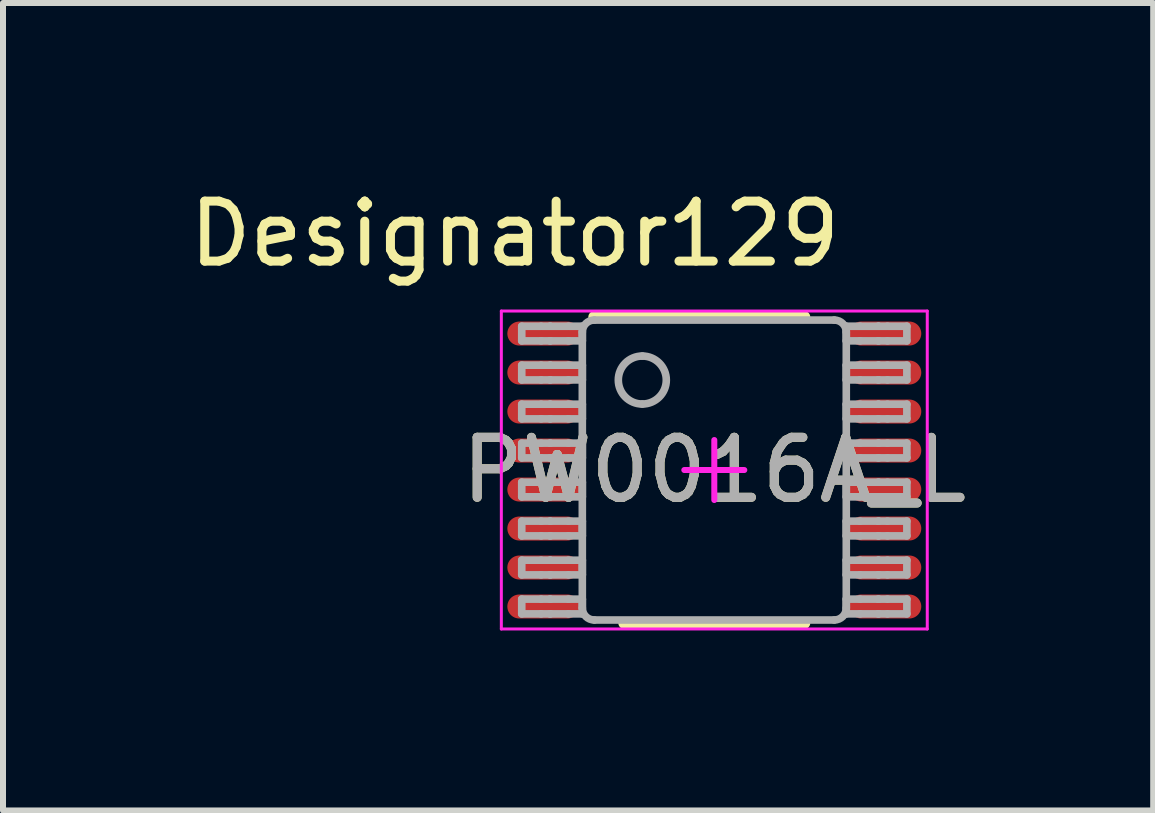
<source format=kicad_pcb>
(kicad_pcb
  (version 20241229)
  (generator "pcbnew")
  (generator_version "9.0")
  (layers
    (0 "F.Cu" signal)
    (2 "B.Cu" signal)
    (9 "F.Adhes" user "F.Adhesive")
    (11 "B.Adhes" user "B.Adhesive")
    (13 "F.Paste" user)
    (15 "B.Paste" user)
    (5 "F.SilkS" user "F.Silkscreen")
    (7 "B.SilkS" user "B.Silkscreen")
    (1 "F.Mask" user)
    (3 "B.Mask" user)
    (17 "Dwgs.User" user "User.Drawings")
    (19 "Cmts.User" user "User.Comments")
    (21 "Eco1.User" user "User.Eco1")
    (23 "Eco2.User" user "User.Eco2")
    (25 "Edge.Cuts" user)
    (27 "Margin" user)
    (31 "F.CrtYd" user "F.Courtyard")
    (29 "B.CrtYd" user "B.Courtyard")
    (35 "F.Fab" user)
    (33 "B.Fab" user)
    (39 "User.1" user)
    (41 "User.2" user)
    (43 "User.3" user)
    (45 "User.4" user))
  (footprint "PW0016A_L"
    (layer "F.Cu")
    (at 8.857 4.785)
    (property "Reference" "PW0016A_L" (at 0 0 0) (unlocked yes) (layer "F.SilkS") (effects (font (size 1 1) (thickness 0.15))))
    (attr smd)
    (fp_line (start -2 -2.55) (end 1.5 -2.55) (stroke (width 0.2) (type solid)) (layer "F.SilkS"))
    (fp_line (start -1.5 2.55) (end 1.5 2.55) (stroke (width 0.2) (type solid)) (layer "F.SilkS"))
    (fp_line (start -3.55 -2.65) (end 3.55 -2.65) (stroke (width 0.05) (type solid)) (layer "F.CrtYd"))
    (fp_line (start -3.55 2.65) (end -3.55 -2.65) (stroke (width 0.05) (type solid)) (layer "F.CrtYd"))
    (fp_line (start -3.55 2.65) (end 3.55 2.65) (stroke (width 0.05) (type solid)) (layer "F.CrtYd"))
    (fp_line (start -0.5 0) (end 0.5 0) (stroke (width 0.1) (type solid)) (layer "F.CrtYd"))
    (fp_line (start -0.000003 0.5) (end -0.000003 -0.5) (stroke (width 0.1) (type solid)) (layer "F.CrtYd"))
    (fp_line (start 3.55 2.65) (end 3.55 -2.65) (stroke (width 0.05) (type solid)) (layer "F.CrtYd"))
    (fp_line (start -3.21 -2.397) (end -2.887 -2.397) (stroke (width 0.127) (type solid)) (layer "F.Fab"))
    (fp_line (start -3.21 -2.153) (end -3.21 -2.397) (stroke (width 0.127) (type solid)) (layer "F.Fab"))
    (fp_line (start -3.21 -2.153) (end -2.887 -2.153) (stroke (width 0.127) (type solid)) (layer "F.Fab"))
    (fp_line (start -3.21 -1.748) (end -2.887 -1.748) (stroke (width 0.127) (type solid)) (layer "F.Fab"))
    (fp_line (start -3.21 -1.502) (end -3.21 -1.748) (stroke (width 0.127) (type solid)) (layer "F.Fab"))
    (fp_line (start -3.21 -1.502) (end -2.887 -1.502) (stroke (width 0.127) (type solid)) (layer "F.Fab"))
    (fp_line (start -3.21 -1.097) (end -2.887 -1.097) (stroke (width 0.127) (type solid)) (layer "F.Fab"))
    (fp_line (start -3.21 -0.853) (end -3.21 -1.097) (stroke (width 0.127) (type solid)) (layer "F.Fab"))
    (fp_line (start -3.21 -0.853) (end -2.887 -0.853) (stroke (width 0.127) (type solid)) (layer "F.Fab"))
    (fp_line (start -3.21 -0.448) (end -2.887 -0.448) (stroke (width 0.127) (type solid)) (layer "F.Fab"))
    (fp_line (start -3.21 -0.202) (end -3.21 -0.448) (stroke (width 0.127) (type solid)) (layer "F.Fab"))
    (fp_line (start -3.21 -0.202) (end -2.887 -0.202) (stroke (width 0.127) (type solid)) (layer "F.Fab"))
    (fp_line (start -3.21 0.203) (end -2.887 0.203) (stroke (width 0.127) (type solid)) (layer "F.Fab"))
    (fp_line (start -3.21 0.447) (end -3.21 0.203) (stroke (width 0.127) (type solid)) (layer "F.Fab"))
    (fp_line (start -3.21 0.447) (end -2.887 0.447) (stroke (width 0.127) (type solid)) (layer "F.Fab"))
    (fp_line (start -3.21 0.852) (end -2.887 0.852) (stroke (width 0.127) (type solid)) (layer "F.Fab"))
    (fp_line (start -3.21 1.098) (end -3.21 0.852) (stroke (width 0.127) (type solid)) (layer "F.Fab"))
    (fp_line (start -3.21 1.098) (end -2.887 1.098) (stroke (width 0.127) (type solid)) (layer "F.Fab"))
    (fp_line (start -3.21 1.503) (end -2.887 1.503) (stroke (width 0.127) (type solid)) (layer "F.Fab"))
    (fp_line (start -3.21 1.748) (end -3.21 1.503) (stroke (width 0.127) (type solid)) (layer "F.Fab"))
    (fp_line (start -3.21 1.748) (end -2.887 1.748) (stroke (width 0.127) (type solid)) (layer "F.Fab"))
    (fp_line (start -3.21 2.152) (end -2.887 2.152) (stroke (width 0.127) (type solid)) (layer "F.Fab"))
    (fp_line (start -3.21 2.398) (end -3.21 2.152) (stroke (width 0.127) (type solid)) (layer "F.Fab"))
    (fp_line (start -3.21 2.398) (end -2.887 2.398) (stroke (width 0.127) (type solid)) (layer "F.Fab"))
    (fp_line (start -2.887 -2.397) (end -2.739 -2.397) (stroke (width 0.127) (type solid)) (layer "F.Fab"))
    (fp_line (start -2.887 -2.153) (end -2.739 -2.153) (stroke (width 0.127) (type solid)) (layer "F.Fab"))
    (fp_line (start -2.887 -1.748) (end -2.739 -1.748) (stroke (width 0.127) (type solid)) (layer "F.Fab"))
    (fp_line (start -2.887 -1.502) (end -2.739 -1.502) (stroke (width 0.127) (type solid)) (layer "F.Fab"))
    (fp_line (start -2.887 -1.097) (end -2.739 -1.097) (stroke (width 0.127) (type solid)) (layer "F.Fab"))
    (fp_line (start -2.887 -0.853) (end -2.739 -0.853) (stroke (width 0.127) (type solid)) (layer "F.Fab"))
    (fp_line (start -2.887 -0.448) (end -2.739 -0.448) (stroke (width 0.127) (type solid)) (layer "F.Fab"))
    (fp_line (start -2.887 -0.202) (end -2.739 -0.202) (stroke (width 0.127) (type solid)) (layer "F.Fab"))
    (fp_line (start -2.887 0.203) (end -2.739 0.203) (stroke (width 0.127) (type solid)) (layer "F.Fab"))
    (fp_line (start -2.887 0.447) (end -2.739 0.447) (stroke (width 0.127) (type solid)) (layer "F.Fab"))
    (fp_line (start -2.887 0.852) (end -2.739 0.852) (stroke (width 0.127) (type solid)) (layer "F.Fab"))
    (fp_line (start -2.887 1.098) (end -2.739 1.098) (stroke (width 0.127) (type solid)) (layer "F.Fab"))
    (fp_line (start -2.887 1.503) (end -2.739 1.503) (stroke (width 0.127) (type solid)) (layer "F.Fab"))
    (fp_line (start -2.887 1.748) (end -2.739 1.748) (stroke (width 0.127) (type solid)) (layer "F.Fab"))
    (fp_line (start -2.887 2.152) (end -2.739 2.152) (stroke (width 0.127) (type solid)) (layer "F.Fab"))
    (fp_line (start -2.887 2.398) (end -2.739 2.398) (stroke (width 0.127) (type solid)) (layer "F.Fab"))
    (fp_line (start -2.739 -2.397) (end -2.733 -2.397) (stroke (width 0.127) (type solid)) (layer "F.Fab"))
    (fp_line (start -2.739 -2.153) (end -2.733 -2.153) (stroke (width 0.127) (type solid)) (layer "F.Fab"))
    (fp_line (start -2.739 -1.748) (end -2.733 -1.748) (stroke (width 0.127) (type solid)) (layer "F.Fab"))
    (fp_line (start -2.739 -1.502) (end -2.733 -1.502) (stroke (width 0.127) (type solid)) (layer "F.Fab"))
    (fp_line (start -2.739 -1.097) (end -2.733 -1.097) (stroke (width 0.127) (type solid)) (layer "F.Fab"))
    (fp_line (start -2.739 -0.853) (end -2.733 -0.853) (stroke (width 0.127) (type solid)) (layer "F.Fab"))
    (fp_line (start -2.739 -0.448) (end -2.733 -0.448) (stroke (width 0.127) (type solid)) (layer "F.Fab"))
    (fp_line (start -2.739 -0.202) (end -2.733 -0.202) (stroke (width 0.127) (type solid)) (layer "F.Fab"))
    (fp_line (start -2.739 0.203) (end -2.733 0.203) (stroke (width 0.127) (type solid)) (layer "F.Fab"))
    (fp_line (start -2.739 0.447) (end -2.733 0.447) (stroke (width 0.127) (type solid)) (layer "F.Fab"))
    (fp_line (start -2.739 0.852) (end -2.733 0.852) (stroke (width 0.127) (type solid)) (layer "F.Fab"))
    (fp_line (start -2.739 1.098) (end -2.733 1.098) (stroke (width 0.127) (type solid)) (layer "F.Fab"))
    (fp_line (start -2.739 1.503) (end -2.733 1.503) (stroke (width 0.127) (type solid)) (layer "F.Fab"))
    (fp_line (start -2.739 1.748) (end -2.733 1.748) (stroke (width 0.127) (type solid)) (layer "F.Fab"))
    (fp_line (start -2.739 2.152) (end -2.733 2.152) (stroke (width 0.127) (type solid)) (layer "F.Fab"))
    (fp_line (start -2.739 2.398) (end -2.733 2.398) (stroke (width 0.127) (type solid)) (layer "F.Fab"))
    (fp_line (start -2.733 -2.397) (end -2.431 -2.397) (stroke (width 0.127) (type solid)) (layer "F.Fab"))
    (fp_line (start -2.733 -2.153) (end -2.431 -2.153) (stroke (width 0.127) (type solid)) (layer "F.Fab"))
    (fp_line (start -2.733 -1.748) (end -2.431 -1.748) (stroke (width 0.127) (type solid)) (layer "F.Fab"))
    (fp_line (start -2.733 -1.502) (end -2.431 -1.502) (stroke (width 0.127) (type solid)) (layer "F.Fab"))
    (fp_line (start -2.733 -1.097) (end -2.431 -1.097) (stroke (width 0.127) (type solid)) (layer "F.Fab"))
    (fp_line (start -2.733 -0.853) (end -2.431 -0.853) (stroke (width 0.127) (type solid)) (layer "F.Fab"))
    (fp_line (start -2.733 -0.448) (end -2.431 -0.448) (stroke (width 0.127) (type solid)) (layer "F.Fab"))
    (fp_line (start -2.733 -0.202) (end -2.431 -0.202) (stroke (width 0.127) (type solid)) (layer "F.Fab"))
    (fp_line (start -2.733 0.203) (end -2.431 0.203) (stroke (width 0.127) (type solid)) (layer "F.Fab"))
    (fp_line (start -2.733 0.447) (end -2.431 0.447) (stroke (width 0.127) (type solid)) (layer "F.Fab"))
    (fp_line (start -2.733 0.852) (end -2.431 0.852) (stroke (width 0.127) (type solid)) (layer "F.Fab"))
    (fp_line (start -2.733 1.098) (end -2.431 1.098) (stroke (width 0.127) (type solid)) (layer "F.Fab"))
    (fp_line (start -2.733 1.503) (end -2.431 1.503) (stroke (width 0.127) (type solid)) (layer "F.Fab"))
    (fp_line (start -2.733 1.748) (end -2.431 1.748) (stroke (width 0.127) (type solid)) (layer "F.Fab"))
    (fp_line (start -2.733 2.152) (end -2.431 2.152) (stroke (width 0.127) (type solid)) (layer "F.Fab"))
    (fp_line (start -2.733 2.398) (end -2.431 2.398) (stroke (width 0.127) (type solid)) (layer "F.Fab"))
    (fp_line (start -2.431 -2.397) (end -2.2 -2.397) (stroke (width 0.127) (type solid)) (layer "F.Fab"))
    (fp_line (start -2.431 -2.153) (end -2.2 -2.153) (stroke (width 0.127) (type solid)) (layer "F.Fab"))
    (fp_line (start -2.431 -1.748) (end -2.2 -1.748) (stroke (width 0.127) (type solid)) (layer "F.Fab"))
    (fp_line (start -2.431 -1.502) (end -2.2 -1.502) (stroke (width 0.127) (type solid)) (layer "F.Fab"))
    (fp_line (start -2.431 -1.097) (end -2.2 -1.097) (stroke (width 0.127) (type solid)) (layer "F.Fab"))
    (fp_line (start -2.431 -0.853) (end -2.2 -0.853) (stroke (width 0.127) (type solid)) (layer "F.Fab"))
    (fp_line (start -2.431 -0.448) (end -2.2 -0.448) (stroke (width 0.127) (type solid)) (layer "F.Fab"))
    (fp_line (start -2.431 -0.202) (end -2.2 -0.202) (stroke (width 0.127) (type solid)) (layer "F.Fab"))
    (fp_line (start -2.431 0.203) (end -2.2 0.203) (stroke (width 0.127) (type solid)) (layer "F.Fab"))
    (fp_line (start -2.431 0.447) (end -2.2 0.447) (stroke (width 0.127) (type solid)) (layer "F.Fab"))
    (fp_line (start -2.431 0.852) (end -2.2 0.852) (stroke (width 0.127) (type solid)) (layer "F.Fab"))
    (fp_line (start -2.431 1.098) (end -2.2 1.098) (stroke (width 0.127) (type solid)) (layer "F.Fab"))
    (fp_line (start -2.431 1.503) (end -2.2 1.503) (stroke (width 0.127) (type solid)) (layer "F.Fab"))
    (fp_line (start -2.431 1.748) (end -2.2 1.748) (stroke (width 0.127) (type solid)) (layer "F.Fab"))
    (fp_line (start -2.431 2.152) (end -2.2 2.152) (stroke (width 0.127) (type solid)) (layer "F.Fab"))
    (fp_line (start -2.431 2.398) (end -2.2 2.398) (stroke (width 0.127) (type solid)) (layer "F.Fab"))
    (fp_line (start -2.2 -2.153) (end -2.2 -2.397) (stroke (width 0.127) (type solid)) (layer "F.Fab"))
    (fp_line (start -2.2 -1.502) (end -2.2 -1.748) (stroke (width 0.127) (type solid)) (layer "F.Fab"))
    (fp_line (start -2.2 -0.853) (end -2.2 -1.097) (stroke (width 0.127) (type solid)) (layer "F.Fab"))
    (fp_line (start -2.2 -0.202) (end -2.2 -0.448) (stroke (width 0.127) (type solid)) (layer "F.Fab"))
    (fp_line (start -2.2 0.447) (end -2.2 0.203) (stroke (width 0.127) (type solid)) (layer "F.Fab"))
    (fp_line (start -2.2 1.098) (end -2.2 0.852) (stroke (width 0.127) (type solid)) (layer "F.Fab"))
    (fp_line (start -2.2 1.748) (end -2.2 1.503) (stroke (width 0.127) (type solid)) (layer "F.Fab"))
    (fp_line (start -2.2 2.3) (end -2.2 -2.3) (stroke (width 0.127) (type solid)) (layer "F.Fab"))
    (fp_line (start -2.2 2.398) (end -2.2 2.152) (stroke (width 0.127) (type solid)) (layer "F.Fab"))
    (fp_line (start -2 -2.5) (end 2 -2.5) (stroke (width 0.127) (type solid)) (layer "F.Fab"))
    (fp_line (start -2 2.5) (end 2 2.5) (stroke (width 0.127) (type solid)) (layer "F.Fab"))
    (fp_line (start 2.2 -2.397) (end 2.43 -2.397) (stroke (width 0.127) (type solid)) (layer "F.Fab"))
    (fp_line (start 2.2 -2.153) (end 2.2 -2.397) (stroke (width 0.127) (type solid)) (layer "F.Fab"))
    (fp_line (start 2.2 -2.153) (end 2.43 -2.153) (stroke (width 0.127) (type solid)) (layer "F.Fab"))
    (fp_line (start 2.2 -1.748) (end 2.43 -1.748) (stroke (width 0.127) (type solid)) (layer "F.Fab"))
    (fp_line (start 2.2 -1.502) (end 2.2 -1.748) (stroke (width 0.127) (type solid)) (layer "F.Fab"))
    (fp_line (start 2.2 -1.502) (end 2.43 -1.502) (stroke (width 0.127) (type solid)) (layer "F.Fab"))
    (fp_line (start 2.2 -1.097) (end 2.43 -1.097) (stroke (width 0.127) (type solid)) (layer "F.Fab"))
    (fp_line (start 2.2 -0.853) (end 2.2 -1.097) (stroke (width 0.127) (type solid)) (layer "F.Fab"))
    (fp_line (start 2.2 -0.853) (end 2.43 -0.853) (stroke (width 0.127) (type solid)) (layer "F.Fab"))
    (fp_line (start 2.2 -0.448) (end 2.43 -0.448) (stroke (width 0.127) (type solid)) (layer "F.Fab"))
    (fp_line (start 2.2 -0.202) (end 2.2 -0.448) (stroke (width 0.127) (type solid)) (layer "F.Fab"))
    (fp_line (start 2.2 -0.202) (end 2.43 -0.202) (stroke (width 0.127) (type solid)) (layer "F.Fab"))
    (fp_line (start 2.2 0.203) (end 2.43 0.203) (stroke (width 0.127) (type solid)) (layer "F.Fab"))
    (fp_line (start 2.2 0.447) (end 2.2 0.203) (stroke (width 0.127) (type solid)) (layer "F.Fab"))
    (fp_line (start 2.2 0.447) (end 2.43 0.447) (stroke (width 0.127) (type solid)) (layer "F.Fab"))
    (fp_line (start 2.2 0.852) (end 2.43 0.852) (stroke (width 0.127) (type solid)) (layer "F.Fab"))
    (fp_line (start 2.2 1.098) (end 2.2 0.852) (stroke (width 0.127) (type solid)) (layer "F.Fab"))
    (fp_line (start 2.2 1.098) (end 2.43 1.098) (stroke (width 0.127) (type solid)) (layer "F.Fab"))
    (fp_line (start 2.2 1.503) (end 2.43 1.503) (stroke (width 0.127) (type solid)) (layer "F.Fab"))
    (fp_line (start 2.2 1.748) (end 2.2 1.503) (stroke (width 0.127) (type solid)) (layer "F.Fab"))
    (fp_line (start 2.2 1.748) (end 2.43 1.748) (stroke (width 0.127) (type solid)) (layer "F.Fab"))
    (fp_line (start 2.2 2.152) (end 2.43 2.152) (stroke (width 0.127) (type solid)) (layer "F.Fab"))
    (fp_line (start 2.2 2.3) (end 2.2 -2.3) (stroke (width 0.127) (type solid)) (layer "F.Fab"))
    (fp_line (start 2.2 2.398) (end 2.2 2.152) (stroke (width 0.127) (type solid)) (layer "F.Fab"))
    (fp_line (start 2.2 2.398) (end 2.43 2.398) (stroke (width 0.127) (type solid)) (layer "F.Fab"))
    (fp_line (start 2.43 -2.397) (end 2.733 -2.397) (stroke (width 0.127) (type solid)) (layer "F.Fab"))
    (fp_line (start 2.43 -2.153) (end 2.733 -2.153) (stroke (width 0.127) (type solid)) (layer "F.Fab"))
    (fp_line (start 2.43 -1.748) (end 2.733 -1.748) (stroke (width 0.127) (type solid)) (layer "F.Fab"))
    (fp_line (start 2.43 -1.502) (end 2.733 -1.502) (stroke (width 0.127) (type solid)) (layer "F.Fab"))
    (fp_line (start 2.43 -1.097) (end 2.733 -1.097) (stroke (width 0.127) (type solid)) (layer "F.Fab"))
    (fp_line (start 2.43 -0.853) (end 2.733 -0.853) (stroke (width 0.127) (type solid)) (layer "F.Fab"))
    (fp_line (start 2.43 -0.448) (end 2.733 -0.448) (stroke (width 0.127) (type solid)) (layer "F.Fab"))
    (fp_line (start 2.43 -0.202) (end 2.733 -0.202) (stroke (width 0.127) (type solid)) (layer "F.Fab"))
    (fp_line (start 2.43 0.203) (end 2.733 0.203) (stroke (width 0.127) (type solid)) (layer "F.Fab"))
    (fp_line (start 2.43 0.447) (end 2.733 0.447) (stroke (width 0.127) (type solid)) (layer "F.Fab"))
    (fp_line (start 2.43 0.852) (end 2.733 0.852) (stroke (width 0.127) (type solid)) (layer "F.Fab"))
    (fp_line (start 2.43 1.098) (end 2.733 1.098) (stroke (width 0.127) (type solid)) (layer "F.Fab"))
    (fp_line (start 2.43 1.503) (end 2.733 1.503) (stroke (width 0.127) (type solid)) (layer "F.Fab"))
    (fp_line (start 2.43 1.748) (end 2.733 1.748) (stroke (width 0.127) (type solid)) (layer "F.Fab"))
    (fp_line (start 2.43 2.152) (end 2.733 2.152) (stroke (width 0.127) (type solid)) (layer "F.Fab"))
    (fp_line (start 2.43 2.398) (end 2.733 2.398) (stroke (width 0.127) (type solid)) (layer "F.Fab"))
    (fp_line (start 2.733 -2.397) (end 2.739 -2.397) (stroke (width 0.127) (type solid)) (layer "F.Fab"))
    (fp_line (start 2.733 -2.153) (end 2.739 -2.153) (stroke (width 0.127) (type solid)) (layer "F.Fab"))
    (fp_line (start 2.733 -1.748) (end 2.739 -1.748) (stroke (width 0.127) (type solid)) (layer "F.Fab"))
    (fp_line (start 2.733 -1.502) (end 2.739 -1.502) (stroke (width 0.127) (type solid)) (layer "F.Fab"))
    (fp_line (start 2.733 -1.097) (end 2.739 -1.097) (stroke (width 0.127) (type solid)) (layer "F.Fab"))
    (fp_line (start 2.733 -0.853) (end 2.739 -0.853) (stroke (width 0.127) (type solid)) (layer "F.Fab"))
    (fp_line (start 2.733 -0.448) (end 2.739 -0.448) (stroke (width 0.127) (type solid)) (layer "F.Fab"))
    (fp_line (start 2.733 -0.202) (end 2.739 -0.202) (stroke (width 0.127) (type solid)) (layer "F.Fab"))
    (fp_line (start 2.733 0.203) (end 2.739 0.203) (stroke (width 0.127) (type solid)) (layer "F.Fab"))
    (fp_line (start 2.733 0.447) (end 2.739 0.447) (stroke (width 0.127) (type solid)) (layer "F.Fab"))
    (fp_line (start 2.733 0.852) (end 2.739 0.852) (stroke (width 0.127) (type solid)) (layer "F.Fab"))
    (fp_line (start 2.733 1.098) (end 2.739 1.098) (stroke (width 0.127) (type solid)) (layer "F.Fab"))
    (fp_line (start 2.733 1.503) (end 2.739 1.503) (stroke (width 0.127) (type solid)) (layer "F.Fab"))
    (fp_line (start 2.733 1.748) (end 2.739 1.748) (stroke (width 0.127) (type solid)) (layer "F.Fab"))
    (fp_line (start 2.733 2.152) (end 2.739 2.152) (stroke (width 0.127) (type solid)) (layer "F.Fab"))
    (fp_line (start 2.733 2.398) (end 2.739 2.398) (stroke (width 0.127) (type solid)) (layer "F.Fab"))
    (fp_line (start 2.739 -2.397) (end 2.887 -2.397) (stroke (width 0.127) (type solid)) (layer "F.Fab"))
    (fp_line (start 2.739 -2.153) (end 2.887 -2.153) (stroke (width 0.127) (type solid)) (layer "F.Fab"))
    (fp_line (start 2.739 -1.748) (end 2.887 -1.748) (stroke (width 0.127) (type solid)) (layer "F.Fab"))
    (fp_line (start 2.739 -1.502) (end 2.887 -1.502) (stroke (width 0.127) (type solid)) (layer "F.Fab"))
    (fp_line (start 2.739 -1.097) (end 2.887 -1.097) (stroke (width 0.127) (type solid)) (layer "F.Fab"))
    (fp_line (start 2.739 -0.853) (end 2.887 -0.853) (stroke (width 0.127) (type solid)) (layer "F.Fab"))
    (fp_line (start 2.739 -0.448) (end 2.887 -0.448) (stroke (width 0.127) (type solid)) (layer "F.Fab"))
    (fp_line (start 2.739 -0.202) (end 2.887 -0.202) (stroke (width 0.127) (type solid)) (layer "F.Fab"))
    (fp_line (start 2.739 0.203) (end 2.887 0.203) (stroke (width 0.127) (type solid)) (layer "F.Fab"))
    (fp_line (start 2.739 0.447) (end 2.887 0.447) (stroke (width 0.127) (type solid)) (layer "F.Fab"))
    (fp_line (start 2.739 0.852) (end 2.887 0.852) (stroke (width 0.127) (type solid)) (layer "F.Fab"))
    (fp_line (start 2.739 1.098) (end 2.887 1.098) (stroke (width 0.127) (type solid)) (layer "F.Fab"))
    (fp_line (start 2.739 1.503) (end 2.887 1.503) (stroke (width 0.127) (type solid)) (layer "F.Fab"))
    (fp_line (start 2.739 1.748) (end 2.887 1.748) (stroke (width 0.127) (type solid)) (layer "F.Fab"))
    (fp_line (start 2.739 2.152) (end 2.887 2.152) (stroke (width 0.127) (type solid)) (layer "F.Fab"))
    (fp_line (start 2.739 2.398) (end 2.887 2.398) (stroke (width 0.127) (type solid)) (layer "F.Fab"))
    (fp_line (start 2.887 -2.397) (end 3.21 -2.397) (stroke (width 0.127) (type solid)) (layer "F.Fab"))
    (fp_line (start 2.887 -2.153) (end 3.21 -2.153) (stroke (width 0.127) (type solid)) (layer "F.Fab"))
    (fp_line (start 2.887 -1.748) (end 3.21 -1.748) (stroke (width 0.127) (type solid)) (layer "F.Fab"))
    (fp_line (start 2.887 -1.502) (end 3.21 -1.502) (stroke (width 0.127) (type solid)) (layer "F.Fab"))
    (fp_line (start 2.887 -1.097) (end 3.21 -1.097) (stroke (width 0.127) (type solid)) (layer "F.Fab"))
    (fp_line (start 2.887 -0.853) (end 3.21 -0.853) (stroke (width 0.127) (type solid)) (layer "F.Fab"))
    (fp_line (start 2.887 -0.448) (end 3.21 -0.448) (stroke (width 0.127) (type solid)) (layer "F.Fab"))
    (fp_line (start 2.887 -0.202) (end 3.21 -0.202) (stroke (width 0.127) (type solid)) (layer "F.Fab"))
    (fp_line (start 2.887 0.203) (end 3.21 0.203) (stroke (width 0.127) (type solid)) (layer "F.Fab"))
    (fp_line (start 2.887 0.447) (end 3.21 0.447) (stroke (width 0.127) (type solid)) (layer "F.Fab"))
    (fp_line (start 2.887 0.852) (end 3.21 0.852) (stroke (width 0.127) (type solid)) (layer "F.Fab"))
    (fp_line (start 2.887 1.098) (end 3.21 1.098) (stroke (width 0.127) (type solid)) (layer "F.Fab"))
    (fp_line (start 2.887 1.503) (end 3.21 1.503) (stroke (width 0.127) (type solid)) (layer "F.Fab"))
    (fp_line (start 2.887 1.748) (end 3.21 1.748) (stroke (width 0.127) (type solid)) (layer "F.Fab"))
    (fp_line (start 2.887 2.152) (end 3.21 2.152) (stroke (width 0.127) (type solid)) (layer "F.Fab"))
    (fp_line (start 2.887 2.398) (end 3.21 2.398) (stroke (width 0.127) (type solid)) (layer "F.Fab"))
    (fp_line (start 3.21 -2.153) (end 3.21 -2.397) (stroke (width 0.127) (type solid)) (layer "F.Fab"))
    (fp_line (start 3.21 -1.502) (end 3.21 -1.748) (stroke (width 0.127) (type solid)) (layer "F.Fab"))
    (fp_line (start 3.21 -0.853) (end 3.21 -1.097) (stroke (width 0.127) (type solid)) (layer "F.Fab"))
    (fp_line (start 3.21 -0.202) (end 3.21 -0.448) (stroke (width 0.127) (type solid)) (layer "F.Fab"))
    (fp_line (start 3.21 0.447) (end 3.21 0.203) (stroke (width 0.127) (type solid)) (layer "F.Fab"))
    (fp_line (start 3.21 1.098) (end 3.21 0.852) (stroke (width 0.127) (type solid)) (layer "F.Fab"))
    (fp_line (start 3.21 1.748) (end 3.21 1.503) (stroke (width 0.127) (type solid)) (layer "F.Fab"))
    (fp_line (start 3.21 2.398) (end 3.21 2.152) (stroke (width 0.127) (type solid)) (layer "F.Fab"))
    (fp_arc (start -2.200001 -2.3) (mid -2.141422 -2.441421) (end -2.000001 -2.5) (stroke (width 0.127) (type solid)) (layer "F.Fab"))
    (fp_arc (start -2.000001 2.500015) (mid -2.141422 2.441437) (end -2.200001 2.300016) (stroke (width 0.127) (type solid)) (layer "F.Fab"))
    (fp_arc (start -1.200003 -1.900001) (mid -0.800003 -1.500002) (end -1.200003 -1.100003) (stroke (width 0.127) (type solid)) (layer "F.Fab"))
    (fp_arc (start -1.200003 -1.100003) (mid -1.600002 -1.500002) (end -1.200003 -1.900001) (stroke (width 0.127) (type solid)) (layer "F.Fab"))
    (fp_arc (start 1.999991 -2.5) (mid 2.141412 -2.441422) (end 2.199991 -2.3) (stroke (width 0.127) (type solid)) (layer "F.Fab"))
    (fp_arc (start 2.199991 2.300016) (mid 2.141412 2.441437) (end 1.999991 2.500015) (stroke (width 0.127) (type solid)) (layer "F.Fab"))
    (fp_text user "Designator129" (at -3.327 -3.937 0) (unlocked yes) (layer "F.SilkS") (effects (font (size 1 1) (thickness 0.15))))
    (fp_text user "${REFERENCE}" (at 0 0 0) (unlocked yes) (layer "F.Fab") (effects (font (size 1 1) (thickness 0.15))))
    (pad "1" smd oval (at -2.85 -2.275 90) (size 0.4 1.2) (layers "F.Cu" "F.Mask" "F.Paste"))
    (pad "2" smd oval (at -2.85 -1.625 90) (size 0.4 1.2) (layers "F.Cu" "F.Mask" "F.Paste"))
    (pad "3" smd oval (at -2.85 -0.975 90) (size 0.4 1.2) (layers "F.Cu" "F.Mask" "F.Paste"))
    (pad "4" smd oval (at -2.85 -0.325 90) (size 0.4 1.2) (layers "F.Cu" "F.Mask" "F.Paste"))
    (pad "5" smd oval (at -2.85 0.325 90) (size 0.4 1.2) (layers "F.Cu" "F.Mask" "F.Paste"))
    (pad "6" smd oval (at -2.85 0.975 90) (size 0.4 1.2) (layers "F.Cu" "F.Mask" "F.Paste"))
    (pad "7" smd oval (at -2.85 1.625 90) (size 0.4 1.2) (layers "F.Cu" "F.Mask" "F.Paste"))
    (pad "8" smd oval (at -2.85 2.275 90) (size 0.4 1.2) (layers "F.Cu" "F.Mask" "F.Paste"))
    (pad "9" smd oval (at 2.85 2.275 90) (size 0.4 1.2) (layers "F.Cu" "F.Mask" "F.Paste"))
    (pad "10" smd oval (at 2.85 1.625 90) (size 0.4 1.2) (layers "F.Cu" "F.Mask" "F.Paste"))
    (pad "11" smd oval (at 2.85 0.975 90) (size 0.4 1.2) (layers "F.Cu" "F.Mask" "F.Paste"))
    (pad "12" smd oval (at 2.85 0.325 90) (size 0.4 1.2) (layers "F.Cu" "F.Mask" "F.Paste"))
    (pad "13" smd oval (at 2.85 -0.325 90) (size 0.4 1.2) (layers "F.Cu" "F.Mask" "F.Paste"))
    (pad "14" smd oval (at 2.85 -0.975 90) (size 0.4 1.2) (layers "F.Cu" "F.Mask" "F.Paste"))
    (pad "15" smd oval (at 2.85 -1.625 90) (size 0.4 1.2) (layers "F.Cu" "F.Mask" "F.Paste"))
    (pad "16" smd oval (at 2.85 -2.275 90) (size 0.4 1.2) (layers "F.Cu" "F.Mask" "F.Paste")))
  (gr_rect
    (start -3 -3)
    (end 16.173 10.46)
    (stroke (width 0.1) (type default))
    (fill no)
    (layer "Edge.Cuts")))
</source>
